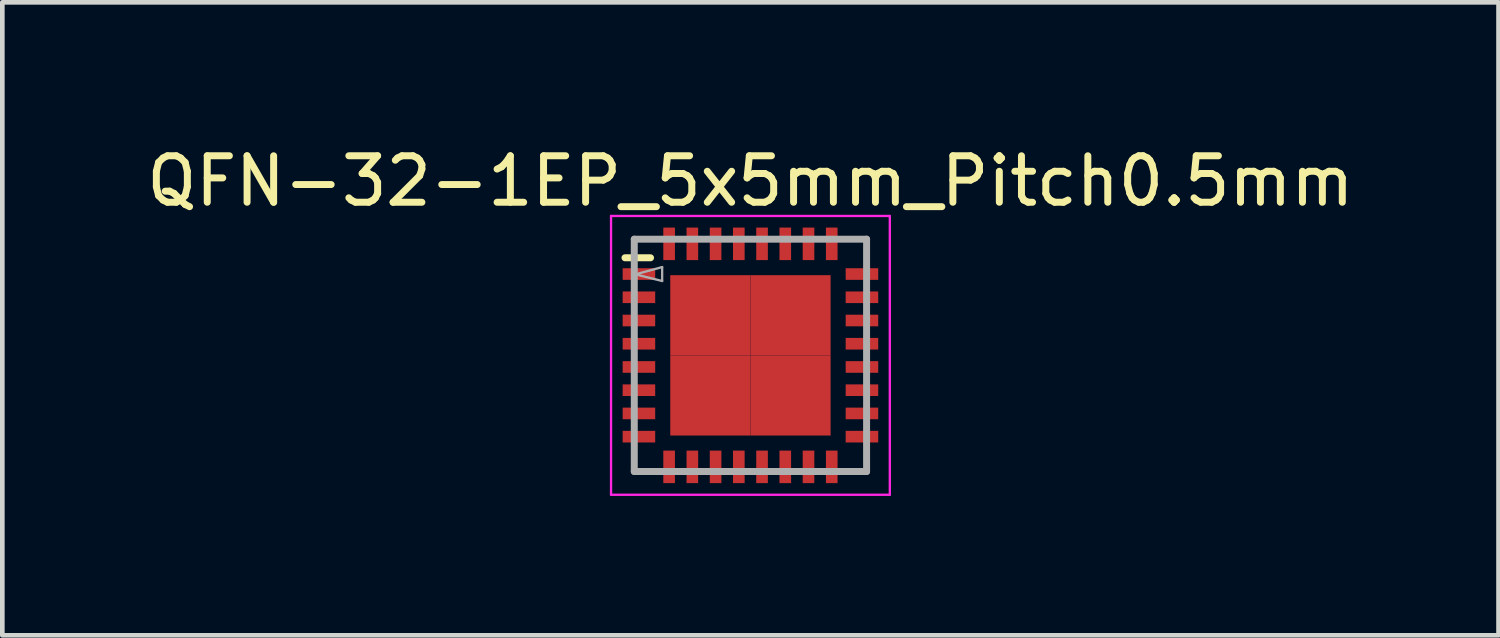
<source format=kicad_pcb>
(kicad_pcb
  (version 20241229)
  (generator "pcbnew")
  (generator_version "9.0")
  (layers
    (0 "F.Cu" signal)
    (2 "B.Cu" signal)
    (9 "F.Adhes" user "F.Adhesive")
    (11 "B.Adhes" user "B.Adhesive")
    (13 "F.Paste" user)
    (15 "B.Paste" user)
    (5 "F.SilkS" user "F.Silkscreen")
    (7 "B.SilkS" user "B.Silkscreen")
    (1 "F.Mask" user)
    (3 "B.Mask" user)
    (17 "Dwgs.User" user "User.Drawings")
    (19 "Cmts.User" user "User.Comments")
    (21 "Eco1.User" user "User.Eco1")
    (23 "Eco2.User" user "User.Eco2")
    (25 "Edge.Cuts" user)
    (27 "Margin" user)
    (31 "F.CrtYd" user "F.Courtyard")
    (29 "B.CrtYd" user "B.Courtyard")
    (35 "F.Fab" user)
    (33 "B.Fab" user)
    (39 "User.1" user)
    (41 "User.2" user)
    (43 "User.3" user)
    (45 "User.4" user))
  (footprint "QFN-32-1EP_5x5mm_Pitch0.5mm"
    (layer "F.Cu")
    (at 13.101 4.598)
    (property "Reference" "QFN-32-1EP_5x5mm_Pitch0.5mm" (at 0 -3.75 0) (layer "F.SilkS") (effects (font (size 1 1) (thickness 0.15))))
    (attr smd)
    (fp_line (start -2.7 -2.1) (end -2.15 -2.1) (stroke (width 0.15) (type solid)) (layer "F.SilkS"))
    (fp_line (start -3 -3) (end -3 3) (stroke (width 0.05) (type solid)) (layer "F.CrtYd"))
    (fp_line (start -3 -3) (end 3 -3) (stroke (width 0.05) (type solid)) (layer "F.CrtYd"))
    (fp_line (start -3 3) (end 3 3) (stroke (width 0.05) (type solid)) (layer "F.CrtYd"))
    (fp_line (start 3 -3) (end 3 3) (stroke (width 0.05) (type solid)) (layer "F.CrtYd"))
    (fp_line (start -2.5 -2.5) (end -2.5 2.5) (stroke (width 0.15) (type solid)) (layer "F.Fab"))
    (fp_line (start -2.5 2.5) (end 2.5 2.5) (stroke (width 0.15) (type solid)) (layer "F.Fab"))
    (fp_line (start -2.45 -1.75) (end -1.9 -1.9) (stroke (width 0.05) (type solid)) (layer "F.Fab"))
    (fp_line (start -1.9 -1.9) (end -1.9 -1.6) (stroke (width 0.05) (type solid)) (layer "F.Fab"))
    (fp_line (start -1.9 -1.6) (end -2.5 -1.75) (stroke (width 0.05) (type solid)) (layer "F.Fab"))
    (fp_line (start 2.5 -2.5) (end -2.5 -2.5) (stroke (width 0.15) (type solid)) (layer "F.Fab"))
    (fp_line (start 2.5 2.5) (end 2.5 -2.5) (stroke (width 0.15) (type solid)) (layer "F.Fab"))
    (pad "1" smd rect (at -2.4 -1.75) (size 0.7 0.25) (layers "F.Cu" "F.Mask" "F.Paste"))
    (pad "2" smd rect (at -2.4 -1.25) (size 0.7 0.25) (layers "F.Cu" "F.Mask" "F.Paste"))
    (pad "3" smd rect (at -2.4 -0.75) (size 0.7 0.25) (layers "F.Cu" "F.Mask" "F.Paste"))
    (pad "4" smd rect (at -2.4 -0.25) (size 0.7 0.25) (layers "F.Cu" "F.Mask" "F.Paste"))
    (pad "5" smd rect (at -2.4 0.25) (size 0.7 0.25) (layers "F.Cu" "F.Mask" "F.Paste"))
    (pad "6" smd rect (at -2.4 0.75) (size 0.7 0.25) (layers "F.Cu" "F.Mask" "F.Paste"))
    (pad "7" smd rect (at -2.4 1.25) (size 0.7 0.25) (layers "F.Cu" "F.Mask" "F.Paste"))
    (pad "8" smd rect (at -2.4 1.75) (size 0.7 0.25) (layers "F.Cu" "F.Mask" "F.Paste"))
    (pad "9" smd rect (at -1.75 2.4 90) (size 0.7 0.25) (layers "F.Cu" "F.Mask" "F.Paste"))
    (pad "10" smd rect (at -1.25 2.4 90) (size 0.7 0.25) (layers "F.Cu" "F.Mask" "F.Paste"))
    (pad "11" smd rect (at -0.75 2.4 90) (size 0.7 0.25) (layers "F.Cu" "F.Mask" "F.Paste"))
    (pad "12" smd rect (at -0.25 2.4 90) (size 0.7 0.25) (layers "F.Cu" "F.Mask" "F.Paste"))
    (pad "13" smd rect (at 0.25 2.4 90) (size 0.7 0.25) (layers "F.Cu" "F.Mask" "F.Paste"))
    (pad "14" smd rect (at 0.75 2.4 90) (size 0.7 0.25) (layers "F.Cu" "F.Mask" "F.Paste"))
    (pad "15" smd rect (at 1.25 2.4 90) (size 0.7 0.25) (layers "F.Cu" "F.Mask" "F.Paste"))
    (pad "16" smd rect (at 1.75 2.4 90) (size 0.7 0.25) (layers "F.Cu" "F.Mask" "F.Paste"))
    (pad "17" smd rect (at 2.4 1.75) (size 0.7 0.25) (layers "F.Cu" "F.Mask" "F.Paste"))
    (pad "18" smd rect (at 2.4 1.25) (size 0.7 0.25) (layers "F.Cu" "F.Mask" "F.Paste"))
    (pad "19" smd rect (at 2.4 0.75) (size 0.7 0.25) (layers "F.Cu" "F.Mask" "F.Paste"))
    (pad "20" smd rect (at 2.4 0.25) (size 0.7 0.25) (layers "F.Cu" "F.Mask" "F.Paste"))
    (pad "21" smd rect (at 2.4 -0.25) (size 0.7 0.25) (layers "F.Cu" "F.Mask" "F.Paste"))
    (pad "22" smd rect (at 2.4 -0.75) (size 0.7 0.25) (layers "F.Cu" "F.Mask" "F.Paste"))
    (pad "23" smd rect (at 2.4 -1.25) (size 0.7 0.25) (layers "F.Cu" "F.Mask" "F.Paste"))
    (pad "24" smd rect (at 2.4 -1.75) (size 0.7 0.25) (layers "F.Cu" "F.Mask" "F.Paste"))
    (pad "25" smd rect (at 1.75 -2.4 90) (size 0.7 0.25) (layers "F.Cu" "F.Mask" "F.Paste"))
    (pad "26" smd rect (at 1.25 -2.4 90) (size 0.7 0.25) (layers "F.Cu" "F.Mask" "F.Paste"))
    (pad "27" smd rect (at 0.75 -2.4 90) (size 0.7 0.25) (layers "F.Cu" "F.Mask" "F.Paste"))
    (pad "28" smd rect (at 0.25 -2.4 90) (size 0.7 0.25) (layers "F.Cu" "F.Mask" "F.Paste"))
    (pad "29" smd rect (at -0.25 -2.4 90) (size 0.7 0.25) (layers "F.Cu" "F.Mask" "F.Paste"))
    (pad "30" smd rect (at -0.75 -2.4 90) (size 0.7 0.25) (layers "F.Cu" "F.Mask" "F.Paste"))
    (pad "31" smd rect (at -1.25 -2.4 90) (size 0.7 0.25) (layers "F.Cu" "F.Mask" "F.Paste"))
    (pad "32" smd rect (at -1.75 -2.4 90) (size 0.7 0.25) (layers "F.Cu" "F.Mask" "F.Paste"))
    (pad "33" smd rect (at -0.863 -0.863) (size 1.725 1.725) (layers "F.Cu" "F.Mask" "F.Paste"))
    (pad "33" smd rect (at -0.863 0.863) (size 1.725 1.725) (layers "F.Cu" "F.Mask" "F.Paste"))
    (pad "33" smd rect (at 0.863 -0.863) (size 1.725 1.725) (layers "F.Cu" "F.Mask" "F.Paste"))
    (pad "33" smd rect (at 0.863 0.863) (size 1.725 1.725) (layers "F.Cu" "F.Mask" "F.Paste")))
  (gr_rect
    (start -3 -3)
    (end 29.202 10.623)
    (stroke (width 0.1) (type default))
    (fill no)
    (layer "Edge.Cuts")))
</source>
